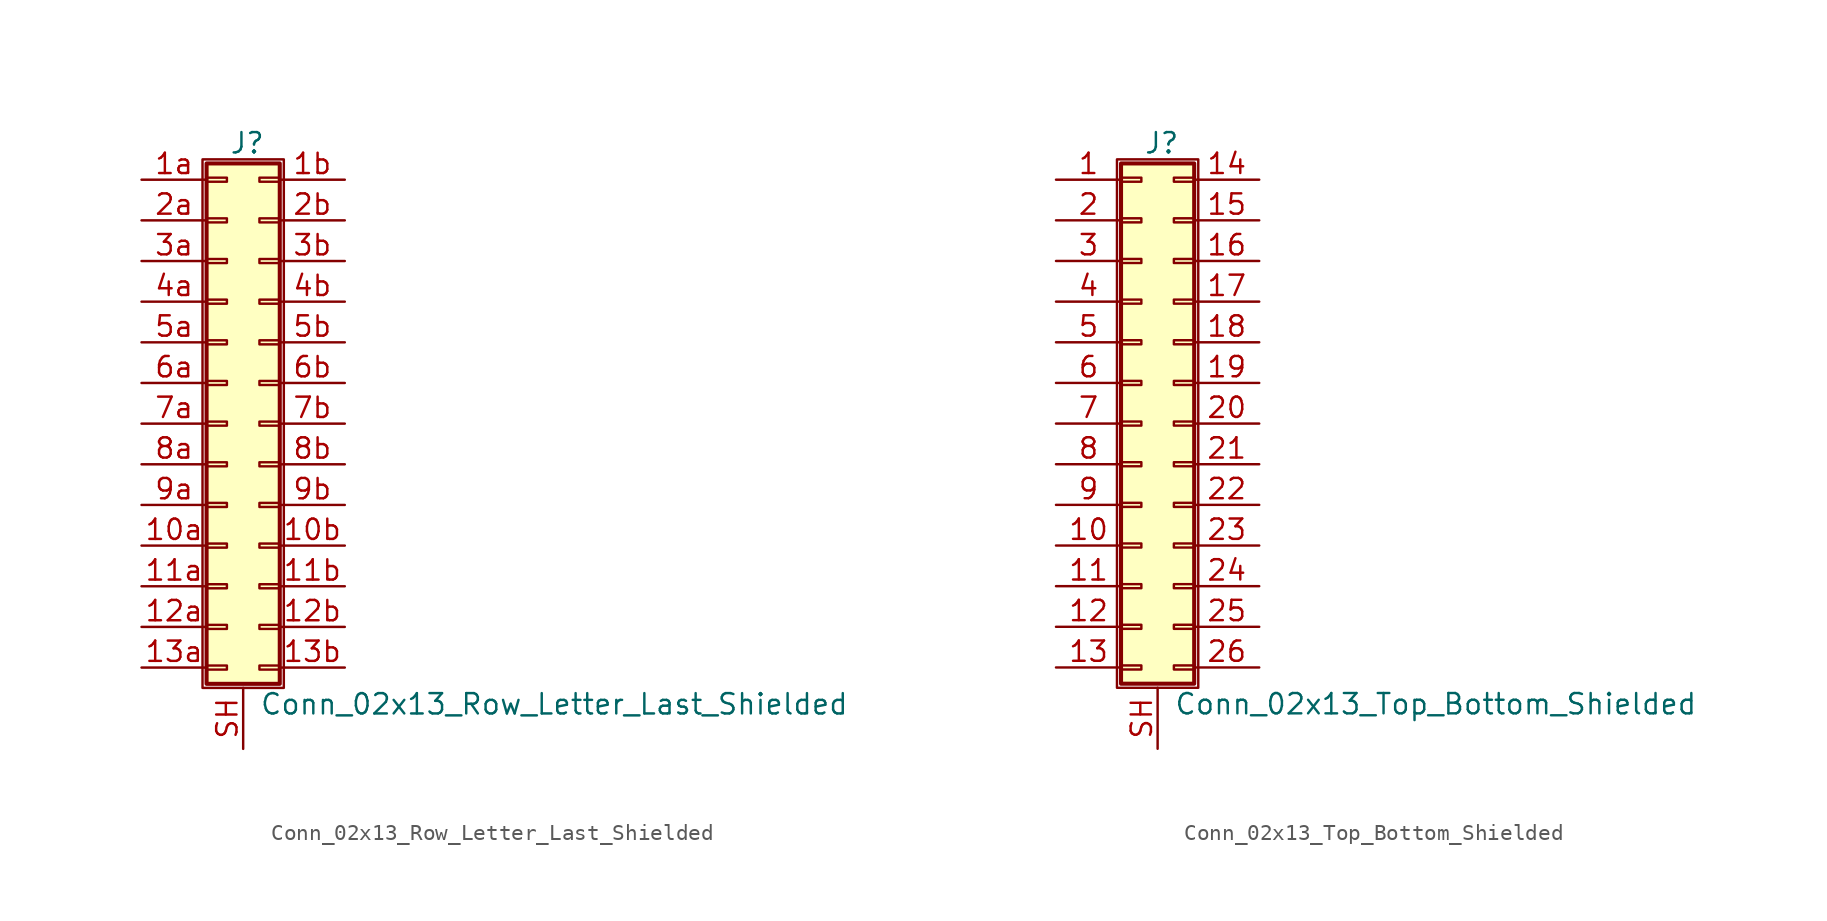
<source format=kicad_sym>
(kicad_symbol_lib
  (version 20201005)
  (generator kicad_symbol_editor)
  (symbol "Connector_Generic_Shielded:Conn_02x13_Row_Letter_Last_Shielded"
    (pin_names
      (offset 1.016) hide)
    (property "Reference" "J"
      (at 1.524 17.526 0)
      (effects (font (size 1.27 1.27))))
    (property "Value" "Conn_02x13_Row_Letter_Last_Shielded"
      (at 2.286 -17.526 0)
      (effects (font (size 1.27 1.27)) (justify left)))
    (symbol "Conn_02x13_Row_Letter_Last_Shielded_1_1"
      (rectangle (start -1.016 -4.953) (end 0.254 -5.207) (stroke (width 0.152)) (fill (type none)))
      (rectangle (start -1.016 -7.493) (end 0.254 -7.747) (stroke (width 0.152)) (fill (type none)))
      (rectangle (start -1.016 -10.033) (end 0.254 -10.287) (stroke (width 0.152)) (fill (type none)))
      (rectangle (start -1.016 -12.573) (end 0.254 -12.827) (stroke (width 0.152)) (fill (type none)))
      (rectangle (start -1.016 -15.113) (end 0.254 -15.367) (stroke (width 0.152)) (fill (type none)))
      (rectangle (start -1.016 -2.413) (end 0.254 -2.667) (stroke (width 0.152)) (fill (type none)))
      (rectangle (start -1.016 2.667) (end 0.254 2.413) (stroke (width 0.152)) (fill (type none)))
      (rectangle (start -1.016 5.207) (end 0.254 4.953) (stroke (width 0.152)) (fill (type none)))
      (rectangle (start -1.016 7.747) (end 0.254 7.493) (stroke (width 0.152)) (fill (type none)))
      (rectangle (start -1.016 10.287) (end 0.254 10.033) (stroke (width 0.152)) (fill (type none)))
      (rectangle (start -1.016 0.127) (end 0.254 -0.127) (stroke (width 0.152)) (fill (type none)))
      (rectangle (start -1.016 12.827) (end 0.254 12.573) (stroke (width 0.152)) (fill (type none)))
      (rectangle (start -1.016 15.367) (end 0.254 15.113) (stroke (width 0.152)) (fill (type none)))
      (rectangle (start -1.016 16.256) (end 3.556 -16.256) (stroke (width 0.254)) (fill (type background)))
      (rectangle (start -1.27 16.51) (end 3.81 -16.51) (stroke (width 0.152)) (fill (type none)))
      (rectangle (start 3.556 -4.953) (end 2.286 -5.207) (stroke (width 0.152)) (fill (type none)))
      (rectangle (start 3.556 -7.493) (end 2.286 -7.747) (stroke (width 0.152)) (fill (type none)))
      (rectangle (start 3.556 -10.033) (end 2.286 -10.287) (stroke (width 0.152)) (fill (type none)))
      (rectangle (start 3.556 -12.573) (end 2.286 -12.827) (stroke (width 0.152)) (fill (type none)))
      (rectangle (start 3.556 -15.113) (end 2.286 -15.367) (stroke (width 0.152)) (fill (type none)))
      (rectangle (start 3.556 -2.413) (end 2.286 -2.667) (stroke (width 0.152)) (fill (type none)))
      (rectangle (start 3.556 2.667) (end 2.286 2.413) (stroke (width 0.152)) (fill (type none)))
      (rectangle (start 3.556 5.207) (end 2.286 4.953) (stroke (width 0.152)) (fill (type none)))
      (rectangle (start 3.556 7.747) (end 2.286 7.493) (stroke (width 0.152)) (fill (type none)))
      (rectangle (start 3.556 10.287) (end 2.286 10.033) (stroke (width 0.152)) (fill (type none)))
      (rectangle (start 3.556 0.127) (end 2.286 -0.127) (stroke (width 0.152)) (fill (type none)))
      (rectangle (start 3.556 12.827) (end 2.286 12.573) (stroke (width 0.152)) (fill (type none)))
      (rectangle (start 3.556 15.367) (end 2.286 15.113) (stroke (width 0.152)) (fill (type none)))
      (pin passive line (at -5.08 -7.62 0) (length 4.064) (name "Pin_10a" (effects (font (size 1.27 1.27)))) (number "10a" (effects (font (size 1.27 1.27)))))
      (pin passive line (at 7.62 -7.62 180) (length 4.064) (name "Pin_10b" (effects (font (size 1.27 1.27)))) (number "10b" (effects (font (size 1.27 1.27)))))
      (pin passive line (at -5.08 -10.16 0) (length 4.064) (name "Pin_11a" (effects (font (size 1.27 1.27)))) (number "11a" (effects (font (size 1.27 1.27)))))
      (pin passive line (at 7.62 -10.16 180) (length 4.064) (name "Pin_11b" (effects (font (size 1.27 1.27)))) (number "11b" (effects (font (size 1.27 1.27)))))
      (pin passive line (at -5.08 -12.7 0) (length 4.064) (name "Pin_12a" (effects (font (size 1.27 1.27)))) (number "12a" (effects (font (size 1.27 1.27)))))
      (pin passive line (at 7.62 -12.7 180) (length 4.064) (name "Pin_12b" (effects (font (size 1.27 1.27)))) (number "12b" (effects (font (size 1.27 1.27)))))
      (pin passive line (at -5.08 -15.24 0) (length 4.064) (name "Pin_13a" (effects (font (size 1.27 1.27)))) (number "13a" (effects (font (size 1.27 1.27)))))
      (pin passive line (at 7.62 -15.24 180) (length 4.064) (name "Pin_13b" (effects (font (size 1.27 1.27)))) (number "13b" (effects (font (size 1.27 1.27)))))
      (pin passive line (at -5.08 15.24 0) (length 4.064) (name "Pin_1a" (effects (font (size 1.27 1.27)))) (number "1a" (effects (font (size 1.27 1.27)))))
      (pin passive line (at 7.62 15.24 180) (length 4.064) (name "Pin_1b" (effects (font (size 1.27 1.27)))) (number "1b" (effects (font (size 1.27 1.27)))))
      (pin passive line (at -5.08 12.7 0) (length 4.064) (name "Pin_2a" (effects (font (size 1.27 1.27)))) (number "2a" (effects (font (size 1.27 1.27)))))
      (pin passive line (at 7.62 12.7 180) (length 4.064) (name "Pin_2b" (effects (font (size 1.27 1.27)))) (number "2b" (effects (font (size 1.27 1.27)))))
      (pin passive line (at -5.08 10.16 0) (length 4.064) (name "Pin_3a" (effects (font (size 1.27 1.27)))) (number "3a" (effects (font (size 1.27 1.27)))))
      (pin passive line (at 7.62 10.16 180) (length 4.064) (name "Pin_3b" (effects (font (size 1.27 1.27)))) (number "3b" (effects (font (size 1.27 1.27)))))
      (pin passive line (at -5.08 7.62 0) (length 4.064) (name "Pin_4a" (effects (font (size 1.27 1.27)))) (number "4a" (effects (font (size 1.27 1.27)))))
      (pin passive line (at 7.62 7.62 180) (length 4.064) (name "Pin_4b" (effects (font (size 1.27 1.27)))) (number "4b" (effects (font (size 1.27 1.27)))))
      (pin passive line (at -5.08 5.08 0) (length 4.064) (name "Pin_5a" (effects (font (size 1.27 1.27)))) (number "5a" (effects (font (size 1.27 1.27)))))
      (pin passive line (at 7.62 5.08 180) (length 4.064) (name "Pin_5b" (effects (font (size 1.27 1.27)))) (number "5b" (effects (font (size 1.27 1.27)))))
      (pin passive line (at -5.08 2.54 0) (length 4.064) (name "Pin_6a" (effects (font (size 1.27 1.27)))) (number "6a" (effects (font (size 1.27 1.27)))))
      (pin passive line (at 7.62 2.54 180) (length 4.064) (name "Pin_6b" (effects (font (size 1.27 1.27)))) (number "6b" (effects (font (size 1.27 1.27)))))
      (pin passive line (at -5.08 0 0) (length 4.064) (name "Pin_7a" (effects (font (size 1.27 1.27)))) (number "7a" (effects (font (size 1.27 1.27)))))
      (pin passive line (at 7.62 0 180) (length 4.064) (name "Pin_7b" (effects (font (size 1.27 1.27)))) (number "7b" (effects (font (size 1.27 1.27)))))
      (pin passive line (at -5.08 -2.54 0) (length 4.064) (name "Pin_8a" (effects (font (size 1.27 1.27)))) (number "8a" (effects (font (size 1.27 1.27)))))
      (pin passive line (at 7.62 -2.54 180) (length 4.064) (name "Pin_8b" (effects (font (size 1.27 1.27)))) (number "8b" (effects (font (size 1.27 1.27)))))
      (pin passive line (at -5.08 -5.08 0) (length 4.064) (name "Pin_9a" (effects (font (size 1.27 1.27)))) (number "9a" (effects (font (size 1.27 1.27)))))
      (pin passive line (at 7.62 -5.08 180) (length 4.064) (name "Pin_9b" (effects (font (size 1.27 1.27)))) (number "9b" (effects (font (size 1.27 1.27)))))
      (pin passive line (at 1.27 -20.32 90) (length 3.81) (name "Shield" (effects (font (size 1.27 1.27)))) (number "SH" (effects (font (size 1.27 1.27)))))))
  (symbol "Connector_Generic_Shielded:Conn_02x13_Top_Bottom_Shielded"
    (pin_names
      (offset 1.016) hide)
    (property "Reference" "J"
      (at 1.524 17.526 0)
      (effects (font (size 1.27 1.27))))
    (property "Value" "Conn_02x13_Top_Bottom_Shielded"
      (at 2.286 -17.526 0)
      (effects (font (size 1.27 1.27)) (justify left)))
    (symbol "Conn_02x13_Top_Bottom_Shielded_1_1"
      (rectangle (start -1.016 -4.953) (end 0.254 -5.207) (stroke (width 0.152)) (fill (type none)))
      (rectangle (start -1.016 -7.493) (end 0.254 -7.747) (stroke (width 0.152)) (fill (type none)))
      (rectangle (start -1.016 -10.033) (end 0.254 -10.287) (stroke (width 0.152)) (fill (type none)))
      (rectangle (start -1.016 -12.573) (end 0.254 -12.827) (stroke (width 0.152)) (fill (type none)))
      (rectangle (start -1.016 -15.113) (end 0.254 -15.367) (stroke (width 0.152)) (fill (type none)))
      (rectangle (start -1.016 -2.413) (end 0.254 -2.667) (stroke (width 0.152)) (fill (type none)))
      (rectangle (start -1.016 2.667) (end 0.254 2.413) (stroke (width 0.152)) (fill (type none)))
      (rectangle (start -1.016 5.207) (end 0.254 4.953) (stroke (width 0.152)) (fill (type none)))
      (rectangle (start -1.016 7.747) (end 0.254 7.493) (stroke (width 0.152)) (fill (type none)))
      (rectangle (start -1.016 10.287) (end 0.254 10.033) (stroke (width 0.152)) (fill (type none)))
      (rectangle (start -1.016 0.127) (end 0.254 -0.127) (stroke (width 0.152)) (fill (type none)))
      (rectangle (start -1.016 12.827) (end 0.254 12.573) (stroke (width 0.152)) (fill (type none)))
      (rectangle (start -1.016 15.367) (end 0.254 15.113) (stroke (width 0.152)) (fill (type none)))
      (rectangle (start -1.016 16.256) (end 3.556 -16.256) (stroke (width 0.254)) (fill (type background)))
      (rectangle (start -1.27 16.51) (end 3.81 -16.51) (stroke (width 0.152)) (fill (type none)))
      (rectangle (start 3.556 -4.953) (end 2.286 -5.207) (stroke (width 0.152)) (fill (type none)))
      (rectangle (start 3.556 -7.493) (end 2.286 -7.747) (stroke (width 0.152)) (fill (type none)))
      (rectangle (start 3.556 -10.033) (end 2.286 -10.287) (stroke (width 0.152)) (fill (type none)))
      (rectangle (start 3.556 -12.573) (end 2.286 -12.827) (stroke (width 0.152)) (fill (type none)))
      (rectangle (start 3.556 -15.113) (end 2.286 -15.367) (stroke (width 0.152)) (fill (type none)))
      (rectangle (start 3.556 -2.413) (end 2.286 -2.667) (stroke (width 0.152)) (fill (type none)))
      (rectangle (start 3.556 2.667) (end 2.286 2.413) (stroke (width 0.152)) (fill (type none)))
      (rectangle (start 3.556 5.207) (end 2.286 4.953) (stroke (width 0.152)) (fill (type none)))
      (rectangle (start 3.556 7.747) (end 2.286 7.493) (stroke (width 0.152)) (fill (type none)))
      (rectangle (start 3.556 10.287) (end 2.286 10.033) (stroke (width 0.152)) (fill (type none)))
      (rectangle (start 3.556 0.127) (end 2.286 -0.127) (stroke (width 0.152)) (fill (type none)))
      (rectangle (start 3.556 12.827) (end 2.286 12.573) (stroke (width 0.152)) (fill (type none)))
      (rectangle (start 3.556 15.367) (end 2.286 15.113) (stroke (width 0.152)) (fill (type none)))
      (pin passive line (at -5.08 15.24 0) (length 4.064) (name "Pin_1" (effects (font (size 1.27 1.27)))) (number "1" (effects (font (size 1.27 1.27)))))
      (pin passive line (at -5.08 -7.62 0) (length 4.064) (name "Pin_10" (effects (font (size 1.27 1.27)))) (number "10" (effects (font (size 1.27 1.27)))))
      (pin passive line (at -5.08 -10.16 0) (length 4.064) (name "Pin_11" (effects (font (size 1.27 1.27)))) (number "11" (effects (font (size 1.27 1.27)))))
      (pin passive line (at -5.08 -12.7 0) (length 4.064) (name "Pin_12" (effects (font (size 1.27 1.27)))) (number "12" (effects (font (size 1.27 1.27)))))
      (pin passive line (at -5.08 -15.24 0) (length 4.064) (name "Pin_13" (effects (font (size 1.27 1.27)))) (number "13" (effects (font (size 1.27 1.27)))))
      (pin passive line (at 7.62 15.24 180) (length 4.064) (name "Pin_14" (effects (font (size 1.27 1.27)))) (number "14" (effects (font (size 1.27 1.27)))))
      (pin passive line (at 7.62 12.7 180) (length 4.064) (name "Pin_15" (effects (font (size 1.27 1.27)))) (number "15" (effects (font (size 1.27 1.27)))))
      (pin passive line (at 7.62 10.16 180) (length 4.064) (name "Pin_16" (effects (font (size 1.27 1.27)))) (number "16" (effects (font (size 1.27 1.27)))))
      (pin passive line (at 7.62 7.62 180) (length 4.064) (name "Pin_17" (effects (font (size 1.27 1.27)))) (number "17" (effects (font (size 1.27 1.27)))))
      (pin passive line (at 7.62 5.08 180) (length 4.064) (name "Pin_18" (effects (font (size 1.27 1.27)))) (number "18" (effects (font (size 1.27 1.27)))))
      (pin passive line (at 7.62 2.54 180) (length 4.064) (name "Pin_19" (effects (font (size 1.27 1.27)))) (number "19" (effects (font (size 1.27 1.27)))))
      (pin passive line (at -5.08 12.7 0) (length 4.064) (name "Pin_2" (effects (font (size 1.27 1.27)))) (number "2" (effects (font (size 1.27 1.27)))))
      (pin passive line (at 7.62 0 180) (length 4.064) (name "Pin_20" (effects (font (size 1.27 1.27)))) (number "20" (effects (font (size 1.27 1.27)))))
      (pin passive line (at 7.62 -2.54 180) (length 4.064) (name "Pin_21" (effects (font (size 1.27 1.27)))) (number "21" (effects (font (size 1.27 1.27)))))
      (pin passive line (at 7.62 -5.08 180) (length 4.064) (name "Pin_22" (effects (font (size 1.27 1.27)))) (number "22" (effects (font (size 1.27 1.27)))))
      (pin passive line (at 7.62 -7.62 180) (length 4.064) (name "Pin_23" (effects (font (size 1.27 1.27)))) (number "23" (effects (font (size 1.27 1.27)))))
      (pin passive line (at 7.62 -10.16 180) (length 4.064) (name "Pin_24" (effects (font (size 1.27 1.27)))) (number "24" (effects (font (size 1.27 1.27)))))
      (pin passive line (at 7.62 -12.7 180) (length 4.064) (name "Pin_25" (effects (font (size 1.27 1.27)))) (number "25" (effects (font (size 1.27 1.27)))))
      (pin passive line (at 7.62 -15.24 180) (length 4.064) (name "Pin_26" (effects (font (size 1.27 1.27)))) (number "26" (effects (font (size 1.27 1.27)))))
      (pin passive line (at -5.08 10.16 0) (length 4.064) (name "Pin_3" (effects (font (size 1.27 1.27)))) (number "3" (effects (font (size 1.27 1.27)))))
      (pin passive line (at -5.08 7.62 0) (length 4.064) (name "Pin_4" (effects (font (size 1.27 1.27)))) (number "4" (effects (font (size 1.27 1.27)))))
      (pin passive line (at -5.08 5.08 0) (length 4.064) (name "Pin_5" (effects (font (size 1.27 1.27)))) (number "5" (effects (font (size 1.27 1.27)))))
      (pin passive line (at -5.08 2.54 0) (length 4.064) (name "Pin_6" (effects (font (size 1.27 1.27)))) (number "6" (effects (font (size 1.27 1.27)))))
      (pin passive line (at -5.08 0 0) (length 4.064) (name "Pin_7" (effects (font (size 1.27 1.27)))) (number "7" (effects (font (size 1.27 1.27)))))
      (pin passive line (at -5.08 -2.54 0) (length 4.064) (name "Pin_8" (effects (font (size 1.27 1.27)))) (number "8" (effects (font (size 1.27 1.27)))))
      (pin passive line (at -5.08 -5.08 0) (length 4.064) (name "Pin_9" (effects (font (size 1.27 1.27)))) (number "9" (effects (font (size 1.27 1.27)))))
      (pin passive line (at 1.27 -20.32 90) (length 3.81) (name "Shield" (effects (font (size 1.27 1.27)))) (number "SH" (effects (font (size 1.27 1.27))))))))
</source>
